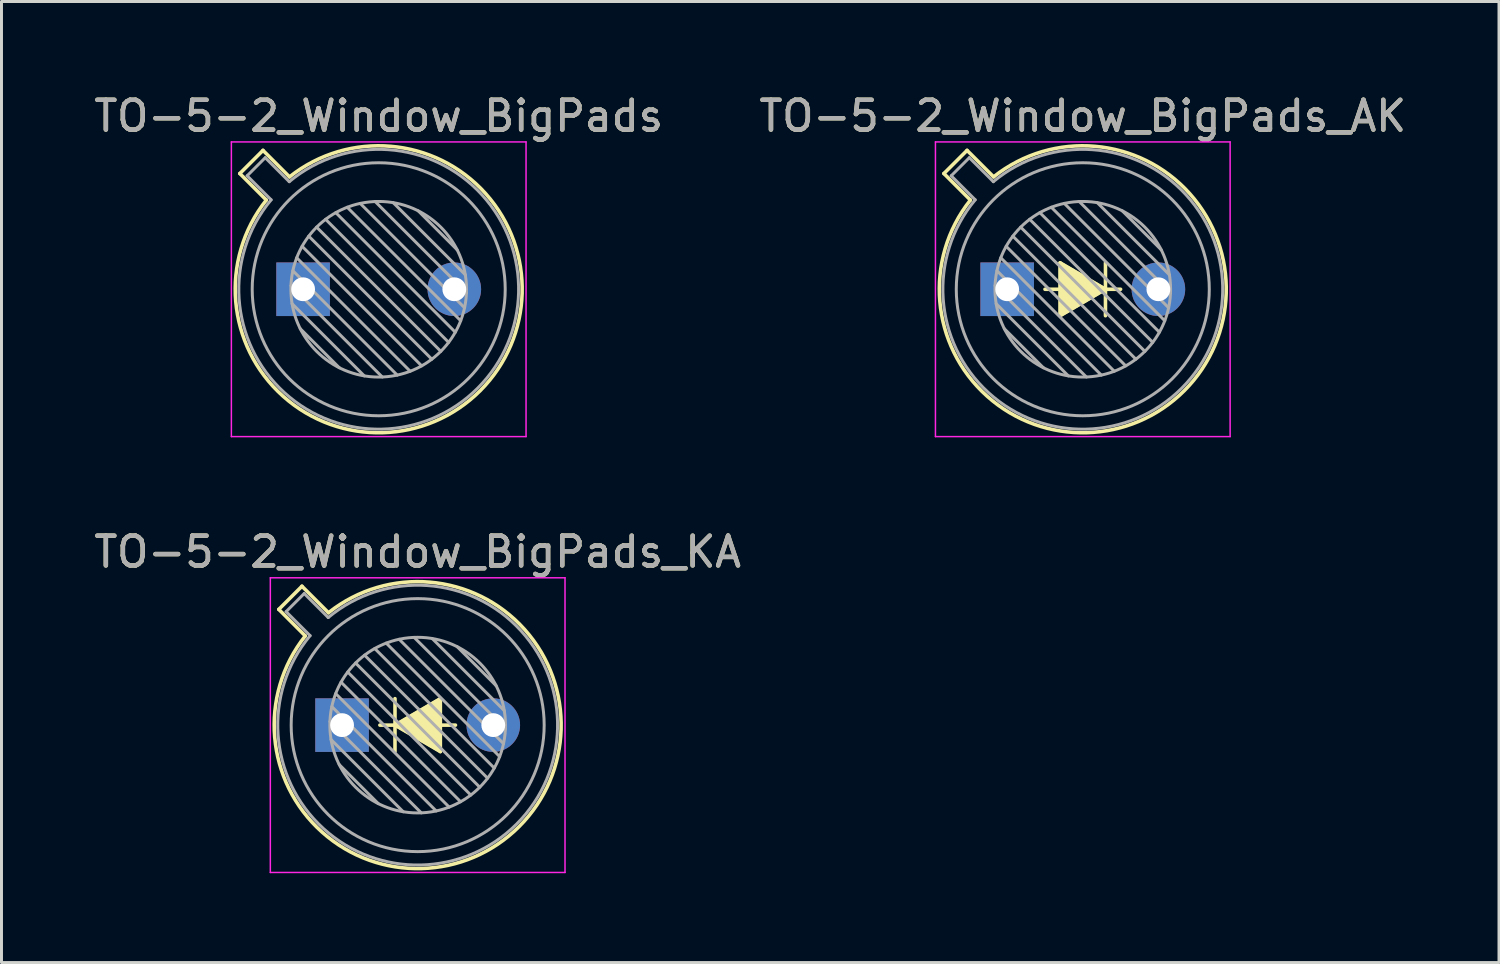
<source format=kicad_pcb>
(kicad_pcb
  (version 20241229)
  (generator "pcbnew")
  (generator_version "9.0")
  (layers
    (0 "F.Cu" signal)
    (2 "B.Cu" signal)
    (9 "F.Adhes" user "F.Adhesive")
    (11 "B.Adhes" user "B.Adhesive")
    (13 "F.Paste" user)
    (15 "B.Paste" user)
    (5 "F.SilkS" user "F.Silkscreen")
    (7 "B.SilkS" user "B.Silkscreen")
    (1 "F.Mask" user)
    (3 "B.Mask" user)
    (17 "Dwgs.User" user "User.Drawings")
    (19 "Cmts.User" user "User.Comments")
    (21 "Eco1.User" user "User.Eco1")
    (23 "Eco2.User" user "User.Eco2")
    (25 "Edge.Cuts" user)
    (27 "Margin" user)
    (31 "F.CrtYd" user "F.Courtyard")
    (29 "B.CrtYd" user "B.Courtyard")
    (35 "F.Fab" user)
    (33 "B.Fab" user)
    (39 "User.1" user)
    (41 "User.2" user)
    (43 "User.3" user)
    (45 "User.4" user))
  (footprint "TO-5-2_Window_BigPads_KA"
    (layer "F.Cu")
    (at 8.442 21.311)
    (property "Reference" "TO-5-2_Window_BigPads_KA" (at 2.54 -5.82 0) (layer "F.SilkS") (effects (font (size 1 1) (thickness 0.15))))
    (attr through_hole)
    (fp_line (start -2.126 -3.888) (end -1.235 -2.997) (stroke (width 0.12) (type solid)) (layer "F.SilkS"))
    (fp_line (start -1.348 -4.666) (end -2.126 -3.888) (stroke (width 0.12) (type solid)) (layer "F.SilkS"))
    (fp_line (start -0.457 -3.775) (end -1.348 -4.666) (stroke (width 0.12) (type solid)) (layer "F.SilkS"))
    (fp_line (start 1.778 0) (end 3.302 -0.889) (stroke (width 0.12) (type solid)) (layer "F.SilkS"))
    (fp_line (start 1.778 0.889) (end 1.778 -0.889) (stroke (width 0.12) (type solid)) (layer "F.SilkS"))
    (fp_line (start 1.905 0) (end 1.27 0) (stroke (width 0.12) (type solid)) (layer "F.SilkS"))
    (fp_line (start 3.302 -0.889) (end 3.302 0.889) (stroke (width 0.12) (type solid)) (layer "F.SilkS"))
    (fp_line (start 3.302 0.889) (end 1.778 0) (stroke (width 0.12) (type solid)) (layer "F.SilkS"))
    (fp_line (start 3.81 0) (end 3.302 0) (stroke (width 0.12) (type solid)) (layer "F.SilkS"))
    (fp_arc (start -0.457084 -3.774902) (mid 5.948125 3.408384) (end -1.234674 -2.997371) (stroke (width 0.12) (type solid)) (layer "F.SilkS"))
    (fp_poly (pts (xy 1.778 0) (xy 3.302 -0.889) (xy 3.302 0.889)) (stroke (width 0.1) (type solid)) (fill yes) (layer "F.SilkS"))
    (fp_line (start -2.41 -4.95) (end -2.41 4.95) (stroke (width 0.05) (type solid)) (layer "F.CrtYd"))
    (fp_line (start -2.41 4.95) (end 7.49 4.95) (stroke (width 0.05) (type solid)) (layer "F.CrtYd"))
    (fp_line (start 7.49 -4.95) (end -2.41 -4.95) (stroke (width 0.05) (type solid)) (layer "F.CrtYd"))
    (fp_line (start 7.49 4.95) (end 7.49 -4.95) (stroke (width 0.05) (type solid)) (layer "F.CrtYd"))
    (fp_line (start -1.88 -3.812) (end -1.074 -3.005) (stroke (width 0.1) (type solid)) (layer "F.Fab"))
    (fp_line (start -1.272 -4.42) (end -1.88 -3.812) (stroke (width 0.1) (type solid)) (layer "F.Fab"))
    (fp_line (start -0.465 -3.614) (end -1.272 -4.42) (stroke (width 0.1) (type solid)) (layer "F.Fab"))
    (fp_line (start -0.408 -0.12) (end 2.66 2.948) (stroke (width 0.1) (type solid)) (layer "F.Fab"))
    (fp_line (start -0.371 0.485) (end 2.055 2.911) (stroke (width 0.1) (type solid)) (layer "F.Fab"))
    (fp_line (start -0.344 -0.622) (end 3.162 2.884) (stroke (width 0.1) (type solid)) (layer "F.Fab"))
    (fp_line (start -0.215 -1.058) (end 3.598 2.755) (stroke (width 0.1) (type solid)) (layer "F.Fab"))
    (fp_line (start -0.097 1.324) (end 1.216 2.637) (stroke (width 0.1) (type solid)) (layer "F.Fab"))
    (fp_line (start -0.034 -1.443) (end 3.983 2.574) (stroke (width 0.1) (type solid)) (layer "F.Fab"))
    (fp_line (start 0.19 -1.784) (end 4.324 2.35) (stroke (width 0.1) (type solid)) (layer "F.Fab"))
    (fp_line (start 0.454 -2.086) (end 4.626 2.086) (stroke (width 0.1) (type solid)) (layer "F.Fab"))
    (fp_line (start 0.756 -2.35) (end 4.89 1.784) (stroke (width 0.1) (type solid)) (layer "F.Fab"))
    (fp_line (start 1.097 -2.574) (end 5.114 1.443) (stroke (width 0.1) (type solid)) (layer "F.Fab"))
    (fp_line (start 1.482 -2.755) (end 5.295 1.058) (stroke (width 0.1) (type solid)) (layer "F.Fab"))
    (fp_line (start 1.918 -2.884) (end 5.424 0.622) (stroke (width 0.1) (type solid)) (layer "F.Fab"))
    (fp_line (start 2.42 -2.948) (end 5.488 0.12) (stroke (width 0.1) (type solid)) (layer "F.Fab"))
    (fp_line (start 3.025 -2.911) (end 5.451 -0.485) (stroke (width 0.1) (type solid)) (layer "F.Fab"))
    (fp_line (start 3.864 -2.637) (end 5.177 -1.324) (stroke (width 0.1) (type solid)) (layer "F.Fab"))
    (fp_arc (start -0.465408 -3.61352) (mid 5.863443 3.323361) (end -1.073594 -3.005319) (stroke (width 0.1) (type solid)) (layer "F.Fab"))
    (fp_circle (center 2.54 0) (end 5.49 0) (stroke (width 0.1) (type solid)) (fill no) (layer "F.Fab"))
    (fp_circle (center 2.54 0) (end 6.79 0) (stroke (width 0.1) (type solid)) (fill no) (layer "F.Fab"))
    (fp_text user "${REFERENCE}" (at 2.54 -5.82 0) (layer "F.Fab") (effects (font (size 1 1) (thickness 0.15))))
    (pad "1" thru_hole rect (at 0 0) (size 1.8 1.8) (drill 0.8) (layers "*.Cu" "*.Mask"))
    (pad "2" thru_hole oval (at 5.08 0) (size 1.8 1.8) (drill 0.8) (layers "*.Cu" "*.Mask")))
  (footprint "TO-5-2_Window_BigPads_AK"
    (layer "F.Cu")
    (at 30.787 6.668)
    (property "Reference" "TO-5-2_Window_BigPads_AK" (at 2.54 -5.82 0) (layer "F.SilkS") (effects (font (size 1 1) (thickness 0.15))))
    (attr through_hole)
    (fp_line (start -2.126 -3.888) (end -1.235 -2.997) (stroke (width 0.12) (type solid)) (layer "F.SilkS"))
    (fp_line (start -1.348 -4.666) (end -2.126 -3.888) (stroke (width 0.12) (type solid)) (layer "F.SilkS"))
    (fp_line (start -0.457 -3.775) (end -1.348 -4.666) (stroke (width 0.12) (type solid)) (layer "F.SilkS"))
    (fp_line (start 1.27 0) (end 1.778 0) (stroke (width 0.12) (type solid)) (layer "F.SilkS"))
    (fp_line (start 1.778 -0.889) (end 3.302 0) (stroke (width 0.12) (type solid)) (layer "F.SilkS"))
    (fp_line (start 1.778 0.889) (end 1.778 -0.889) (stroke (width 0.12) (type solid)) (layer "F.SilkS"))
    (fp_line (start 3.175 0) (end 3.81 0) (stroke (width 0.12) (type solid)) (layer "F.SilkS"))
    (fp_line (start 3.302 -0.889) (end 3.302 0.889) (stroke (width 0.12) (type solid)) (layer "F.SilkS"))
    (fp_line (start 3.302 0) (end 1.778 0.889) (stroke (width 0.12) (type solid)) (layer "F.SilkS"))
    (fp_arc (start -0.457084 -3.774902) (mid 5.948125 3.408384) (end -1.234674 -2.997371) (stroke (width 0.12) (type solid)) (layer "F.SilkS"))
    (fp_poly (pts (xy 3.302 0) (xy 1.778 0.889) (xy 1.778 -0.889)) (stroke (width 0.1) (type solid)) (fill yes) (layer "F.SilkS"))
    (fp_line (start -2.41 -4.95) (end -2.41 4.95) (stroke (width 0.05) (type solid)) (layer "F.CrtYd"))
    (fp_line (start -2.41 4.95) (end 7.49 4.95) (stroke (width 0.05) (type solid)) (layer "F.CrtYd"))
    (fp_line (start 7.49 -4.95) (end -2.41 -4.95) (stroke (width 0.05) (type solid)) (layer "F.CrtYd"))
    (fp_line (start 7.49 4.95) (end 7.49 -4.95) (stroke (width 0.05) (type solid)) (layer "F.CrtYd"))
    (fp_line (start -1.88 -3.812) (end -1.074 -3.005) (stroke (width 0.1) (type solid)) (layer "F.Fab"))
    (fp_line (start -1.272 -4.42) (end -1.88 -3.812) (stroke (width 0.1) (type solid)) (layer "F.Fab"))
    (fp_line (start -0.465 -3.614) (end -1.272 -4.42) (stroke (width 0.1) (type solid)) (layer "F.Fab"))
    (fp_line (start -0.408 -0.12) (end 2.66 2.948) (stroke (width 0.1) (type solid)) (layer "F.Fab"))
    (fp_line (start -0.371 0.485) (end 2.055 2.911) (stroke (width 0.1) (type solid)) (layer "F.Fab"))
    (fp_line (start -0.344 -0.622) (end 3.162 2.884) (stroke (width 0.1) (type solid)) (layer "F.Fab"))
    (fp_line (start -0.215 -1.058) (end 3.598 2.755) (stroke (width 0.1) (type solid)) (layer "F.Fab"))
    (fp_line (start -0.097 1.324) (end 1.216 2.637) (stroke (width 0.1) (type solid)) (layer "F.Fab"))
    (fp_line (start -0.034 -1.443) (end 3.983 2.574) (stroke (width 0.1) (type solid)) (layer "F.Fab"))
    (fp_line (start 0.19 -1.784) (end 4.324 2.35) (stroke (width 0.1) (type solid)) (layer "F.Fab"))
    (fp_line (start 0.454 -2.086) (end 4.626 2.086) (stroke (width 0.1) (type solid)) (layer "F.Fab"))
    (fp_line (start 0.756 -2.35) (end 4.89 1.784) (stroke (width 0.1) (type solid)) (layer "F.Fab"))
    (fp_line (start 1.097 -2.574) (end 5.114 1.443) (stroke (width 0.1) (type solid)) (layer "F.Fab"))
    (fp_line (start 1.482 -2.755) (end 5.295 1.058) (stroke (width 0.1) (type solid)) (layer "F.Fab"))
    (fp_line (start 1.918 -2.884) (end 5.424 0.622) (stroke (width 0.1) (type solid)) (layer "F.Fab"))
    (fp_line (start 2.42 -2.948) (end 5.488 0.12) (stroke (width 0.1) (type solid)) (layer "F.Fab"))
    (fp_line (start 3.025 -2.911) (end 5.451 -0.485) (stroke (width 0.1) (type solid)) (layer "F.Fab"))
    (fp_line (start 3.864 -2.637) (end 5.177 -1.324) (stroke (width 0.1) (type solid)) (layer "F.Fab"))
    (fp_arc (start -0.465408 -3.61352) (mid 5.863443 3.323361) (end -1.073594 -3.005319) (stroke (width 0.1) (type solid)) (layer "F.Fab"))
    (fp_circle (center 2.54 0) (end 5.49 0) (stroke (width 0.1) (type solid)) (fill no) (layer "F.Fab"))
    (fp_circle (center 2.54 0) (end 6.79 0) (stroke (width 0.1) (type solid)) (fill no) (layer "F.Fab"))
    (fp_text user "${REFERENCE}" (at 2.54 -5.82 0) (layer "F.Fab") (effects (font (size 1 1) (thickness 0.15))))
    (pad "1" thru_hole rect (at 0 0) (size 1.8 1.8) (drill 0.8) (layers "*.Cu" "*.Mask"))
    (pad "2" thru_hole oval (at 5.08 0) (size 1.8 1.8) (drill 0.8) (layers "*.Cu" "*.Mask")))
  (footprint "TO-5-2_Window_BigPads"
    (layer "F.Cu")
    (at 7.133 6.668)
    (property "Reference" "TO-5-2_Window_BigPads" (at 2.54 -5.82 0) (layer "F.SilkS") (effects (font (size 1 1) (thickness 0.15))))
    (attr through_hole)
    (fp_line (start -2.126 -3.888) (end -1.235 -2.997) (stroke (width 0.12) (type solid)) (layer "F.SilkS"))
    (fp_line (start -1.348 -4.666) (end -2.126 -3.888) (stroke (width 0.12) (type solid)) (layer "F.SilkS"))
    (fp_line (start -0.457 -3.775) (end -1.348 -4.666) (stroke (width 0.12) (type solid)) (layer "F.SilkS"))
    (fp_arc (start -0.457084 -3.774902) (mid 5.948125 3.408384) (end -1.234674 -2.997371) (stroke (width 0.12) (type solid)) (layer "F.SilkS"))
    (fp_line (start -2.41 -4.95) (end -2.41 4.95) (stroke (width 0.05) (type solid)) (layer "F.CrtYd"))
    (fp_line (start -2.41 4.95) (end 7.49 4.95) (stroke (width 0.05) (type solid)) (layer "F.CrtYd"))
    (fp_line (start 7.49 -4.95) (end -2.41 -4.95) (stroke (width 0.05) (type solid)) (layer "F.CrtYd"))
    (fp_line (start 7.49 4.95) (end 7.49 -4.95) (stroke (width 0.05) (type solid)) (layer "F.CrtYd"))
    (fp_line (start -1.88 -3.812) (end -1.074 -3.005) (stroke (width 0.1) (type solid)) (layer "F.Fab"))
    (fp_line (start -1.272 -4.42) (end -1.88 -3.812) (stroke (width 0.1) (type solid)) (layer "F.Fab"))
    (fp_line (start -0.465 -3.614) (end -1.272 -4.42) (stroke (width 0.1) (type solid)) (layer "F.Fab"))
    (fp_line (start -0.408 -0.12) (end 2.66 2.948) (stroke (width 0.1) (type solid)) (layer "F.Fab"))
    (fp_line (start -0.371 0.485) (end 2.055 2.911) (stroke (width 0.1) (type solid)) (layer "F.Fab"))
    (fp_line (start -0.344 -0.622) (end 3.162 2.884) (stroke (width 0.1) (type solid)) (layer "F.Fab"))
    (fp_line (start -0.215 -1.058) (end 3.598 2.755) (stroke (width 0.1) (type solid)) (layer "F.Fab"))
    (fp_line (start -0.097 1.324) (end 1.216 2.637) (stroke (width 0.1) (type solid)) (layer "F.Fab"))
    (fp_line (start -0.034 -1.443) (end 3.983 2.574) (stroke (width 0.1) (type solid)) (layer "F.Fab"))
    (fp_line (start 0.19 -1.784) (end 4.324 2.35) (stroke (width 0.1) (type solid)) (layer "F.Fab"))
    (fp_line (start 0.454 -2.086) (end 4.626 2.086) (stroke (width 0.1) (type solid)) (layer "F.Fab"))
    (fp_line (start 0.756 -2.35) (end 4.89 1.784) (stroke (width 0.1) (type solid)) (layer "F.Fab"))
    (fp_line (start 1.097 -2.574) (end 5.114 1.443) (stroke (width 0.1) (type solid)) (layer "F.Fab"))
    (fp_line (start 1.482 -2.755) (end 5.295 1.058) (stroke (width 0.1) (type solid)) (layer "F.Fab"))
    (fp_line (start 1.918 -2.884) (end 5.424 0.622) (stroke (width 0.1) (type solid)) (layer "F.Fab"))
    (fp_line (start 2.42 -2.948) (end 5.488 0.12) (stroke (width 0.1) (type solid)) (layer "F.Fab"))
    (fp_line (start 3.025 -2.911) (end 5.451 -0.485) (stroke (width 0.1) (type solid)) (layer "F.Fab"))
    (fp_line (start 3.864 -2.637) (end 5.177 -1.324) (stroke (width 0.1) (type solid)) (layer "F.Fab"))
    (fp_arc (start -0.465408 -3.61352) (mid 5.863443 3.323361) (end -1.073594 -3.005319) (stroke (width 0.1) (type solid)) (layer "F.Fab"))
    (fp_circle (center 2.54 0) (end 5.49 0) (stroke (width 0.1) (type solid)) (fill no) (layer "F.Fab"))
    (fp_circle (center 2.54 0) (end 6.79 0) (stroke (width 0.1) (type solid)) (fill no) (layer "F.Fab"))
    (fp_text user "${REFERENCE}" (at 2.54 -5.82 0) (layer "F.Fab") (effects (font (size 1 1) (thickness 0.15))))
    (pad "1" thru_hole rect (at 0 0) (size 1.8 1.8) (drill 0.8) (layers "*.Cu" "*.Mask"))
    (pad "2" thru_hole oval (at 5.08 0) (size 1.8 1.8) (drill 0.8) (layers "*.Cu" "*.Mask")))
  (gr_rect
    (start -3 -3)
    (end 47.31 29.287)
    (stroke (width 0.1) (type default))
    (fill no)
    (layer "Edge.Cuts")))
</source>
